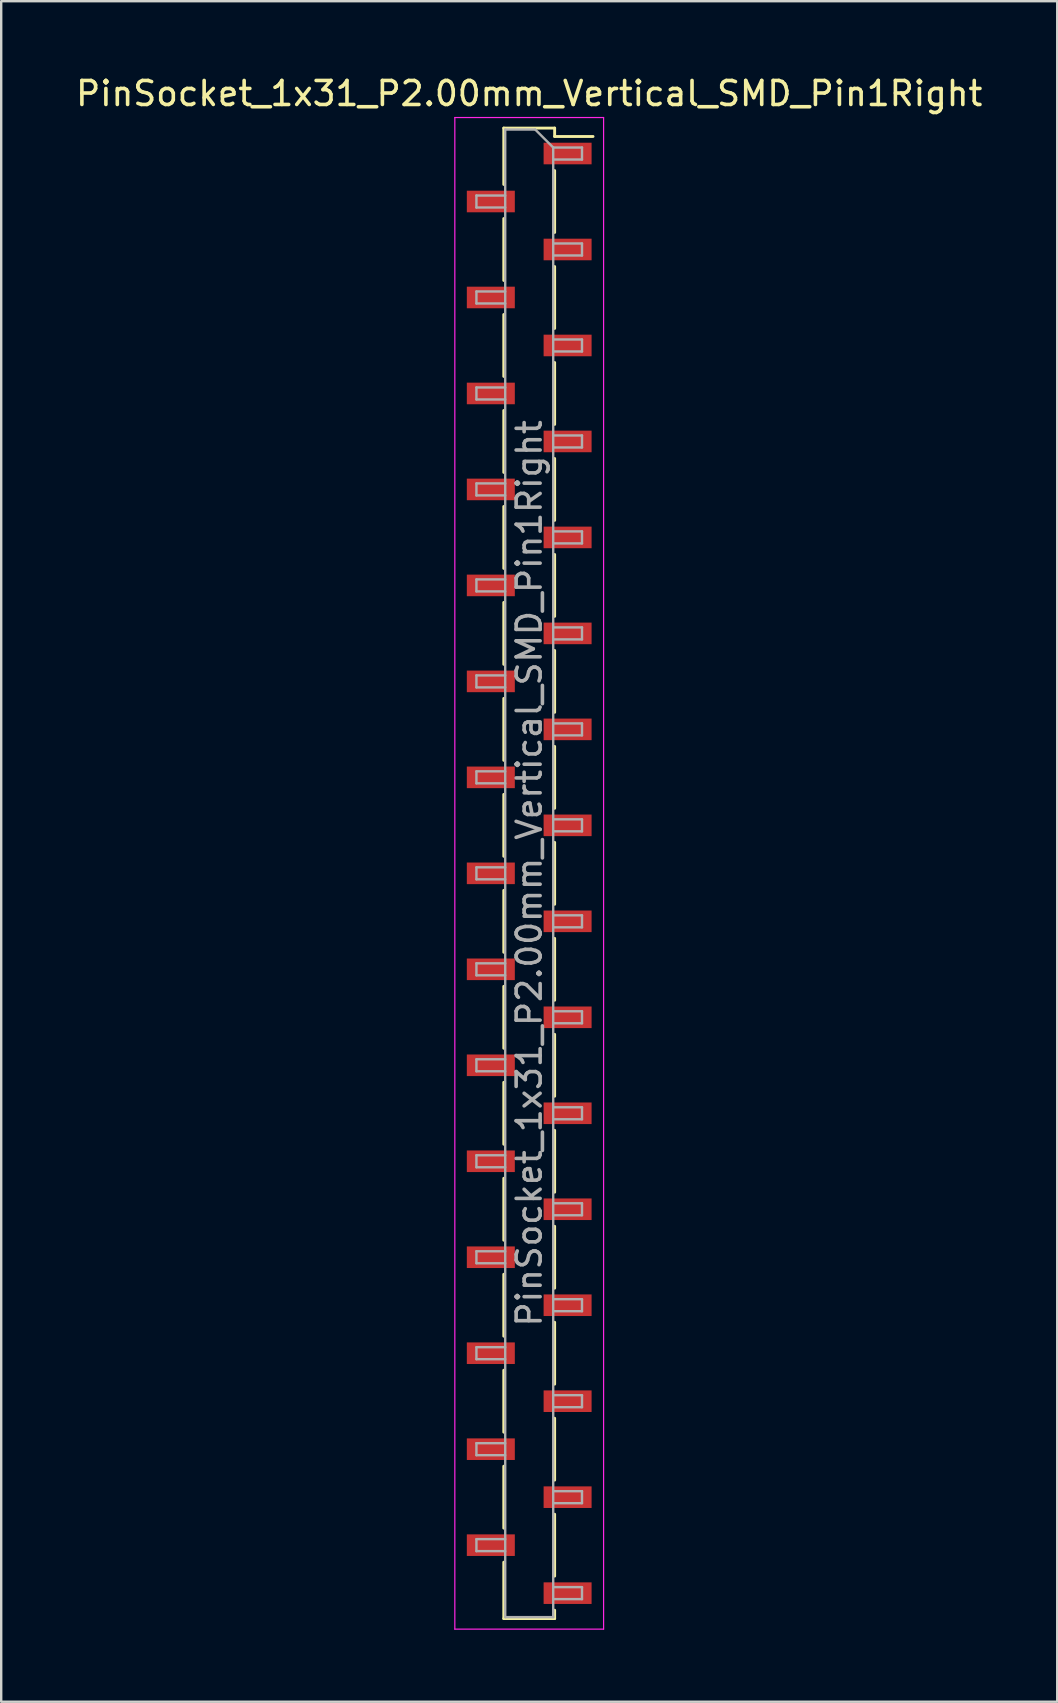
<source format=kicad_pcb>
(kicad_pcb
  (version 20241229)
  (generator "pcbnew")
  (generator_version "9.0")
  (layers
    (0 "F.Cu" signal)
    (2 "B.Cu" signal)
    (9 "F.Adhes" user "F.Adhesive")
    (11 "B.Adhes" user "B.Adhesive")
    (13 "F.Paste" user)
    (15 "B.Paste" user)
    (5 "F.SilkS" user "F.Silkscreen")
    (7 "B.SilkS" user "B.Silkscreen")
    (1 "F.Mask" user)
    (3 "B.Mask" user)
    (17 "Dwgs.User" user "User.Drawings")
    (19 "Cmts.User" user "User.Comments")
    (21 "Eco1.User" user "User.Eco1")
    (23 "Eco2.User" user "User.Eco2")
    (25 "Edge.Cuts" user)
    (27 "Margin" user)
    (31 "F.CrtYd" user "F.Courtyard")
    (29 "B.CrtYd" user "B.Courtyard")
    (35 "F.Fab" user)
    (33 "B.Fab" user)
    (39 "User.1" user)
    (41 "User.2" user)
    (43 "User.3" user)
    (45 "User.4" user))
  (footprint "PinSocket_1x31_P2.00mm_Vertical_SMD_Pin1Right"
    (layer "F.Cu")
    (at 19.006 33.348)
    (property "Reference" "PinSocket_1x31_P2.00mm_Vertical_SMD_Pin1Right" (at 0 -32.5 0) (layer "F.SilkS") (effects (font (size 1 1) (thickness 0.15))))
    (attr smd)
    (fp_line (start -1.06 -31.06) (end -1.06 -28.71) (stroke (width 0.12) (type solid)) (layer "F.SilkS"))
    (fp_line (start -1.06 -31.06) (end 1.06 -31.06) (stroke (width 0.12) (type solid)) (layer "F.SilkS"))
    (fp_line (start -1.06 -27.29) (end -1.06 -24.71) (stroke (width 0.12) (type solid)) (layer "F.SilkS"))
    (fp_line (start -1.06 -23.29) (end -1.06 -20.71) (stroke (width 0.12) (type solid)) (layer "F.SilkS"))
    (fp_line (start -1.06 -19.29) (end -1.06 -16.71) (stroke (width 0.12) (type solid)) (layer "F.SilkS"))
    (fp_line (start -1.06 -15.29) (end -1.06 -12.71) (stroke (width 0.12) (type solid)) (layer "F.SilkS"))
    (fp_line (start -1.06 -11.29) (end -1.06 -8.71) (stroke (width 0.12) (type solid)) (layer "F.SilkS"))
    (fp_line (start -1.06 -7.29) (end -1.06 -4.71) (stroke (width 0.12) (type solid)) (layer "F.SilkS"))
    (fp_line (start -1.06 -3.29) (end -1.06 -0.71) (stroke (width 0.12) (type solid)) (layer "F.SilkS"))
    (fp_line (start -1.06 0.71) (end -1.06 3.29) (stroke (width 0.12) (type solid)) (layer "F.SilkS"))
    (fp_line (start -1.06 4.71) (end -1.06 7.29) (stroke (width 0.12) (type solid)) (layer "F.SilkS"))
    (fp_line (start -1.06 8.71) (end -1.06 11.29) (stroke (width 0.12) (type solid)) (layer "F.SilkS"))
    (fp_line (start -1.06 12.71) (end -1.06 15.29) (stroke (width 0.12) (type solid)) (layer "F.SilkS"))
    (fp_line (start -1.06 16.71) (end -1.06 19.29) (stroke (width 0.12) (type solid)) (layer "F.SilkS"))
    (fp_line (start -1.06 20.71) (end -1.06 23.29) (stroke (width 0.12) (type solid)) (layer "F.SilkS"))
    (fp_line (start -1.06 24.71) (end -1.06 27.29) (stroke (width 0.12) (type solid)) (layer "F.SilkS"))
    (fp_line (start -1.06 28.71) (end -1.06 31.06) (stroke (width 0.12) (type solid)) (layer "F.SilkS"))
    (fp_line (start 1.06 -31.06) (end 1.06 -30.71) (stroke (width 0.12) (type solid)) (layer "F.SilkS"))
    (fp_line (start 1.06 -30.71) (end 2.66 -30.71) (stroke (width 0.12) (type solid)) (layer "F.SilkS"))
    (fp_line (start 1.06 -29.29) (end 1.06 -26.71) (stroke (width 0.12) (type solid)) (layer "F.SilkS"))
    (fp_line (start 1.06 -25.29) (end 1.06 -22.71) (stroke (width 0.12) (type solid)) (layer "F.SilkS"))
    (fp_line (start 1.06 -21.29) (end 1.06 -18.71) (stroke (width 0.12) (type solid)) (layer "F.SilkS"))
    (fp_line (start 1.06 -17.29) (end 1.06 -14.71) (stroke (width 0.12) (type solid)) (layer "F.SilkS"))
    (fp_line (start 1.06 -13.29) (end 1.06 -10.71) (stroke (width 0.12) (type solid)) (layer "F.SilkS"))
    (fp_line (start 1.06 -9.29) (end 1.06 -6.71) (stroke (width 0.12) (type solid)) (layer "F.SilkS"))
    (fp_line (start 1.06 -5.29) (end 1.06 -2.71) (stroke (width 0.12) (type solid)) (layer "F.SilkS"))
    (fp_line (start 1.06 -1.29) (end 1.06 1.29) (stroke (width 0.12) (type solid)) (layer "F.SilkS"))
    (fp_line (start 1.06 2.71) (end 1.06 5.29) (stroke (width 0.12) (type solid)) (layer "F.SilkS"))
    (fp_line (start 1.06 6.71) (end 1.06 9.29) (stroke (width 0.12) (type solid)) (layer "F.SilkS"))
    (fp_line (start 1.06 10.71) (end 1.06 13.29) (stroke (width 0.12) (type solid)) (layer "F.SilkS"))
    (fp_line (start 1.06 14.71) (end 1.06 17.29) (stroke (width 0.12) (type solid)) (layer "F.SilkS"))
    (fp_line (start 1.06 18.71) (end 1.06 21.29) (stroke (width 0.12) (type solid)) (layer "F.SilkS"))
    (fp_line (start 1.06 22.71) (end 1.06 25.29) (stroke (width 0.12) (type solid)) (layer "F.SilkS"))
    (fp_line (start 1.06 26.71) (end 1.06 29.29) (stroke (width 0.12) (type solid)) (layer "F.SilkS"))
    (fp_line (start 1.06 30.71) (end 1.06 31.06) (stroke (width 0.12) (type solid)) (layer "F.SilkS"))
    (fp_line (start 1.06 31.06) (end -1.06 31.06) (stroke (width 0.12) (type solid)) (layer "F.SilkS"))
    (fp_line (start -3.1 -31.5) (end 3.1 -31.5) (stroke (width 0.05) (type solid)) (layer "F.CrtYd"))
    (fp_line (start -3.1 31.5) (end -3.1 -31.5) (stroke (width 0.05) (type solid)) (layer "F.CrtYd"))
    (fp_line (start 3.1 -31.5) (end 3.1 31.5) (stroke (width 0.05) (type solid)) (layer "F.CrtYd"))
    (fp_line (start 3.1 31.5) (end -3.1 31.5) (stroke (width 0.05) (type solid)) (layer "F.CrtYd"))
    (fp_line (start -2.2 -28.25) (end -1 -28.25) (stroke (width 0.1) (type solid)) (layer "F.Fab"))
    (fp_line (start -2.2 -27.75) (end -2.2 -28.25) (stroke (width 0.1) (type solid)) (layer "F.Fab"))
    (fp_line (start -2.2 -24.25) (end -1 -24.25) (stroke (width 0.1) (type solid)) (layer "F.Fab"))
    (fp_line (start -2.2 -23.75) (end -2.2 -24.25) (stroke (width 0.1) (type solid)) (layer "F.Fab"))
    (fp_line (start -2.2 -20.25) (end -1 -20.25) (stroke (width 0.1) (type solid)) (layer "F.Fab"))
    (fp_line (start -2.2 -19.75) (end -2.2 -20.25) (stroke (width 0.1) (type solid)) (layer "F.Fab"))
    (fp_line (start -2.2 -16.25) (end -1 -16.25) (stroke (width 0.1) (type solid)) (layer "F.Fab"))
    (fp_line (start -2.2 -15.75) (end -2.2 -16.25) (stroke (width 0.1) (type solid)) (layer "F.Fab"))
    (fp_line (start -2.2 -12.25) (end -1 -12.25) (stroke (width 0.1) (type solid)) (layer "F.Fab"))
    (fp_line (start -2.2 -11.75) (end -2.2 -12.25) (stroke (width 0.1) (type solid)) (layer "F.Fab"))
    (fp_line (start -2.2 -8.25) (end -1 -8.25) (stroke (width 0.1) (type solid)) (layer "F.Fab"))
    (fp_line (start -2.2 -7.75) (end -2.2 -8.25) (stroke (width 0.1) (type solid)) (layer "F.Fab"))
    (fp_line (start -2.2 -4.25) (end -1 -4.25) (stroke (width 0.1) (type solid)) (layer "F.Fab"))
    (fp_line (start -2.2 -3.75) (end -2.2 -4.25) (stroke (width 0.1) (type solid)) (layer "F.Fab"))
    (fp_line (start -2.2 -0.25) (end -1 -0.25) (stroke (width 0.1) (type solid)) (layer "F.Fab"))
    (fp_line (start -2.2 0.25) (end -2.2 -0.25) (stroke (width 0.1) (type solid)) (layer "F.Fab"))
    (fp_line (start -2.2 3.75) (end -1 3.75) (stroke (width 0.1) (type solid)) (layer "F.Fab"))
    (fp_line (start -2.2 4.25) (end -2.2 3.75) (stroke (width 0.1) (type solid)) (layer "F.Fab"))
    (fp_line (start -2.2 7.75) (end -1 7.75) (stroke (width 0.1) (type solid)) (layer "F.Fab"))
    (fp_line (start -2.2 8.25) (end -2.2 7.75) (stroke (width 0.1) (type solid)) (layer "F.Fab"))
    (fp_line (start -2.2 11.75) (end -1 11.75) (stroke (width 0.1) (type solid)) (layer "F.Fab"))
    (fp_line (start -2.2 12.25) (end -2.2 11.75) (stroke (width 0.1) (type solid)) (layer "F.Fab"))
    (fp_line (start -2.2 15.75) (end -1 15.75) (stroke (width 0.1) (type solid)) (layer "F.Fab"))
    (fp_line (start -2.2 16.25) (end -2.2 15.75) (stroke (width 0.1) (type solid)) (layer "F.Fab"))
    (fp_line (start -2.2 19.75) (end -1 19.75) (stroke (width 0.1) (type solid)) (layer "F.Fab"))
    (fp_line (start -2.2 20.25) (end -2.2 19.75) (stroke (width 0.1) (type solid)) (layer "F.Fab"))
    (fp_line (start -2.2 23.75) (end -1 23.75) (stroke (width 0.1) (type solid)) (layer "F.Fab"))
    (fp_line (start -2.2 24.25) (end -2.2 23.75) (stroke (width 0.1) (type solid)) (layer "F.Fab"))
    (fp_line (start -2.2 27.75) (end -1 27.75) (stroke (width 0.1) (type solid)) (layer "F.Fab"))
    (fp_line (start -2.2 28.25) (end -2.2 27.75) (stroke (width 0.1) (type solid)) (layer "F.Fab"))
    (fp_line (start -1 -31) (end 0.25 -31) (stroke (width 0.1) (type solid)) (layer "F.Fab"))
    (fp_line (start -1 -27.75) (end -2.2 -27.75) (stroke (width 0.1) (type solid)) (layer "F.Fab"))
    (fp_line (start -1 -23.75) (end -2.2 -23.75) (stroke (width 0.1) (type solid)) (layer "F.Fab"))
    (fp_line (start -1 -19.75) (end -2.2 -19.75) (stroke (width 0.1) (type solid)) (layer "F.Fab"))
    (fp_line (start -1 -15.75) (end -2.2 -15.75) (stroke (width 0.1) (type solid)) (layer "F.Fab"))
    (fp_line (start -1 -11.75) (end -2.2 -11.75) (stroke (width 0.1) (type solid)) (layer "F.Fab"))
    (fp_line (start -1 -7.75) (end -2.2 -7.75) (stroke (width 0.1) (type solid)) (layer "F.Fab"))
    (fp_line (start -1 -3.75) (end -2.2 -3.75) (stroke (width 0.1) (type solid)) (layer "F.Fab"))
    (fp_line (start -1 0.25) (end -2.2 0.25) (stroke (width 0.1) (type solid)) (layer "F.Fab"))
    (fp_line (start -1 4.25) (end -2.2 4.25) (stroke (width 0.1) (type solid)) (layer "F.Fab"))
    (fp_line (start -1 8.25) (end -2.2 8.25) (stroke (width 0.1) (type solid)) (layer "F.Fab"))
    (fp_line (start -1 12.25) (end -2.2 12.25) (stroke (width 0.1) (type solid)) (layer "F.Fab"))
    (fp_line (start -1 16.25) (end -2.2 16.25) (stroke (width 0.1) (type solid)) (layer "F.Fab"))
    (fp_line (start -1 20.25) (end -2.2 20.25) (stroke (width 0.1) (type solid)) (layer "F.Fab"))
    (fp_line (start -1 24.25) (end -2.2 24.25) (stroke (width 0.1) (type solid)) (layer "F.Fab"))
    (fp_line (start -1 28.25) (end -2.2 28.25) (stroke (width 0.1) (type solid)) (layer "F.Fab"))
    (fp_line (start -1 31) (end -1 -31) (stroke (width 0.1) (type solid)) (layer "F.Fab"))
    (fp_line (start 0.25 -31) (end 1 -30.25) (stroke (width 0.1) (type solid)) (layer "F.Fab"))
    (fp_line (start 1 -30.25) (end 1 31) (stroke (width 0.1) (type solid)) (layer "F.Fab"))
    (fp_line (start 1 -30.25) (end 2.2 -30.25) (stroke (width 0.1) (type solid)) (layer "F.Fab"))
    (fp_line (start 1 -26.25) (end 2.2 -26.25) (stroke (width 0.1) (type solid)) (layer "F.Fab"))
    (fp_line (start 1 -22.25) (end 2.2 -22.25) (stroke (width 0.1) (type solid)) (layer "F.Fab"))
    (fp_line (start 1 -18.25) (end 2.2 -18.25) (stroke (width 0.1) (type solid)) (layer "F.Fab"))
    (fp_line (start 1 -14.25) (end 2.2 -14.25) (stroke (width 0.1) (type solid)) (layer "F.Fab"))
    (fp_line (start 1 -10.25) (end 2.2 -10.25) (stroke (width 0.1) (type solid)) (layer "F.Fab"))
    (fp_line (start 1 -6.25) (end 2.2 -6.25) (stroke (width 0.1) (type solid)) (layer "F.Fab"))
    (fp_line (start 1 -2.25) (end 2.2 -2.25) (stroke (width 0.1) (type solid)) (layer "F.Fab"))
    (fp_line (start 1 1.75) (end 2.2 1.75) (stroke (width 0.1) (type solid)) (layer "F.Fab"))
    (fp_line (start 1 5.75) (end 2.2 5.75) (stroke (width 0.1) (type solid)) (layer "F.Fab"))
    (fp_line (start 1 9.75) (end 2.2 9.75) (stroke (width 0.1) (type solid)) (layer "F.Fab"))
    (fp_line (start 1 13.75) (end 2.2 13.75) (stroke (width 0.1) (type solid)) (layer "F.Fab"))
    (fp_line (start 1 17.75) (end 2.2 17.75) (stroke (width 0.1) (type solid)) (layer "F.Fab"))
    (fp_line (start 1 21.75) (end 2.2 21.75) (stroke (width 0.1) (type solid)) (layer "F.Fab"))
    (fp_line (start 1 25.75) (end 2.2 25.75) (stroke (width 0.1) (type solid)) (layer "F.Fab"))
    (fp_line (start 1 29.75) (end 2.2 29.75) (stroke (width 0.1) (type solid)) (layer "F.Fab"))
    (fp_line (start 1 31) (end -1 31) (stroke (width 0.1) (type solid)) (layer "F.Fab"))
    (fp_line (start 2.2 -30.25) (end 2.2 -29.75) (stroke (width 0.1) (type solid)) (layer "F.Fab"))
    (fp_line (start 2.2 -29.75) (end 1 -29.75) (stroke (width 0.1) (type solid)) (layer "F.Fab"))
    (fp_line (start 2.2 -26.25) (end 2.2 -25.75) (stroke (width 0.1) (type solid)) (layer "F.Fab"))
    (fp_line (start 2.2 -25.75) (end 1 -25.75) (stroke (width 0.1) (type solid)) (layer "F.Fab"))
    (fp_line (start 2.2 -22.25) (end 2.2 -21.75) (stroke (width 0.1) (type solid)) (layer "F.Fab"))
    (fp_line (start 2.2 -21.75) (end 1 -21.75) (stroke (width 0.1) (type solid)) (layer "F.Fab"))
    (fp_line (start 2.2 -18.25) (end 2.2 -17.75) (stroke (width 0.1) (type solid)) (layer "F.Fab"))
    (fp_line (start 2.2 -17.75) (end 1 -17.75) (stroke (width 0.1) (type solid)) (layer "F.Fab"))
    (fp_line (start 2.2 -14.25) (end 2.2 -13.75) (stroke (width 0.1) (type solid)) (layer "F.Fab"))
    (fp_line (start 2.2 -13.75) (end 1 -13.75) (stroke (width 0.1) (type solid)) (layer "F.Fab"))
    (fp_line (start 2.2 -10.25) (end 2.2 -9.75) (stroke (width 0.1) (type solid)) (layer "F.Fab"))
    (fp_line (start 2.2 -9.75) (end 1 -9.75) (stroke (width 0.1) (type solid)) (layer "F.Fab"))
    (fp_line (start 2.2 -6.25) (end 2.2 -5.75) (stroke (width 0.1) (type solid)) (layer "F.Fab"))
    (fp_line (start 2.2 -5.75) (end 1 -5.75) (stroke (width 0.1) (type solid)) (layer "F.Fab"))
    (fp_line (start 2.2 -2.25) (end 2.2 -1.75) (stroke (width 0.1) (type solid)) (layer "F.Fab"))
    (fp_line (start 2.2 -1.75) (end 1 -1.75) (stroke (width 0.1) (type solid)) (layer "F.Fab"))
    (fp_line (start 2.2 1.75) (end 2.2 2.25) (stroke (width 0.1) (type solid)) (layer "F.Fab"))
    (fp_line (start 2.2 2.25) (end 1 2.25) (stroke (width 0.1) (type solid)) (layer "F.Fab"))
    (fp_line (start 2.2 5.75) (end 2.2 6.25) (stroke (width 0.1) (type solid)) (layer "F.Fab"))
    (fp_line (start 2.2 6.25) (end 1 6.25) (stroke (width 0.1) (type solid)) (layer "F.Fab"))
    (fp_line (start 2.2 9.75) (end 2.2 10.25) (stroke (width 0.1) (type solid)) (layer "F.Fab"))
    (fp_line (start 2.2 10.25) (end 1 10.25) (stroke (width 0.1) (type solid)) (layer "F.Fab"))
    (fp_line (start 2.2 13.75) (end 2.2 14.25) (stroke (width 0.1) (type solid)) (layer "F.Fab"))
    (fp_line (start 2.2 14.25) (end 1 14.25) (stroke (width 0.1) (type solid)) (layer "F.Fab"))
    (fp_line (start 2.2 17.75) (end 2.2 18.25) (stroke (width 0.1) (type solid)) (layer "F.Fab"))
    (fp_line (start 2.2 18.25) (end 1 18.25) (stroke (width 0.1) (type solid)) (layer "F.Fab"))
    (fp_line (start 2.2 21.75) (end 2.2 22.25) (stroke (width 0.1) (type solid)) (layer "F.Fab"))
    (fp_line (start 2.2 22.25) (end 1 22.25) (stroke (width 0.1) (type solid)) (layer "F.Fab"))
    (fp_line (start 2.2 25.75) (end 2.2 26.25) (stroke (width 0.1) (type solid)) (layer "F.Fab"))
    (fp_line (start 2.2 26.25) (end 1 26.25) (stroke (width 0.1) (type solid)) (layer "F.Fab"))
    (fp_line (start 2.2 29.75) (end 2.2 30.25) (stroke (width 0.1) (type solid)) (layer "F.Fab"))
    (fp_line (start 2.2 30.25) (end 1 30.25) (stroke (width 0.1) (type solid)) (layer "F.Fab"))
    (fp_text user "${REFERENCE}" (at 0 0 90) (layer "F.Fab") (effects (font (size 1 1) (thickness 0.15))))
    (pad "1" smd rect (at 1.6 -30) (size 2 0.9) (layers "F.Cu" "F.Mask" "F.Paste"))
    (pad "2" smd rect (at -1.6 -28) (size 2 0.9) (layers "F.Cu" "F.Mask" "F.Paste"))
    (pad "3" smd rect (at 1.6 -26) (size 2 0.9) (layers "F.Cu" "F.Mask" "F.Paste"))
    (pad "4" smd rect (at -1.6 -24) (size 2 0.9) (layers "F.Cu" "F.Mask" "F.Paste"))
    (pad "5" smd rect (at 1.6 -22) (size 2 0.9) (layers "F.Cu" "F.Mask" "F.Paste"))
    (pad "6" smd rect (at -1.6 -20) (size 2 0.9) (layers "F.Cu" "F.Mask" "F.Paste"))
    (pad "7" smd rect (at 1.6 -18) (size 2 0.9) (layers "F.Cu" "F.Mask" "F.Paste"))
    (pad "8" smd rect (at -1.6 -16) (size 2 0.9) (layers "F.Cu" "F.Mask" "F.Paste"))
    (pad "9" smd rect (at 1.6 -14) (size 2 0.9) (layers "F.Cu" "F.Mask" "F.Paste"))
    (pad "10" smd rect (at -1.6 -12) (size 2 0.9) (layers "F.Cu" "F.Mask" "F.Paste"))
    (pad "11" smd rect (at 1.6 -10) (size 2 0.9) (layers "F.Cu" "F.Mask" "F.Paste"))
    (pad "12" smd rect (at -1.6 -8) (size 2 0.9) (layers "F.Cu" "F.Mask" "F.Paste"))
    (pad "13" smd rect (at 1.6 -6) (size 2 0.9) (layers "F.Cu" "F.Mask" "F.Paste"))
    (pad "14" smd rect (at -1.6 -4) (size 2 0.9) (layers "F.Cu" "F.Mask" "F.Paste"))
    (pad "15" smd rect (at 1.6 -2) (size 2 0.9) (layers "F.Cu" "F.Mask" "F.Paste"))
    (pad "16" smd rect (at -1.6 0) (size 2 0.9) (layers "F.Cu" "F.Mask" "F.Paste"))
    (pad "17" smd rect (at 1.6 2) (size 2 0.9) (layers "F.Cu" "F.Mask" "F.Paste"))
    (pad "18" smd rect (at -1.6 4) (size 2 0.9) (layers "F.Cu" "F.Mask" "F.Paste"))
    (pad "19" smd rect (at 1.6 6) (size 2 0.9) (layers "F.Cu" "F.Mask" "F.Paste"))
    (pad "20" smd rect (at -1.6 8) (size 2 0.9) (layers "F.Cu" "F.Mask" "F.Paste"))
    (pad "21" smd rect (at 1.6 10) (size 2 0.9) (layers "F.Cu" "F.Mask" "F.Paste"))
    (pad "22" smd rect (at -1.6 12) (size 2 0.9) (layers "F.Cu" "F.Mask" "F.Paste"))
    (pad "23" smd rect (at 1.6 14) (size 2 0.9) (layers "F.Cu" "F.Mask" "F.Paste"))
    (pad "24" smd rect (at -1.6 16) (size 2 0.9) (layers "F.Cu" "F.Mask" "F.Paste"))
    (pad "25" smd rect (at 1.6 18) (size 2 0.9) (layers "F.Cu" "F.Mask" "F.Paste"))
    (pad "26" smd rect (at -1.6 20) (size 2 0.9) (layers "F.Cu" "F.Mask" "F.Paste"))
    (pad "27" smd rect (at 1.6 22) (size 2 0.9) (layers "F.Cu" "F.Mask" "F.Paste"))
    (pad "28" smd rect (at -1.6 24) (size 2 0.9) (layers "F.Cu" "F.Mask" "F.Paste"))
    (pad "29" smd rect (at 1.6 26) (size 2 0.9) (layers "F.Cu" "F.Mask" "F.Paste"))
    (pad "30" smd rect (at -1.6 28) (size 2 0.9) (layers "F.Cu" "F.Mask" "F.Paste"))
    (pad "31" smd rect (at 1.6 30) (size 2 0.9) (layers "F.Cu" "F.Mask" "F.Paste")))
  (gr_rect
    (start -3 -3)
    (end 41.012 67.873)
    (stroke (width 0.1) (type default))
    (fill no)
    (layer "Edge.Cuts")))
</source>
